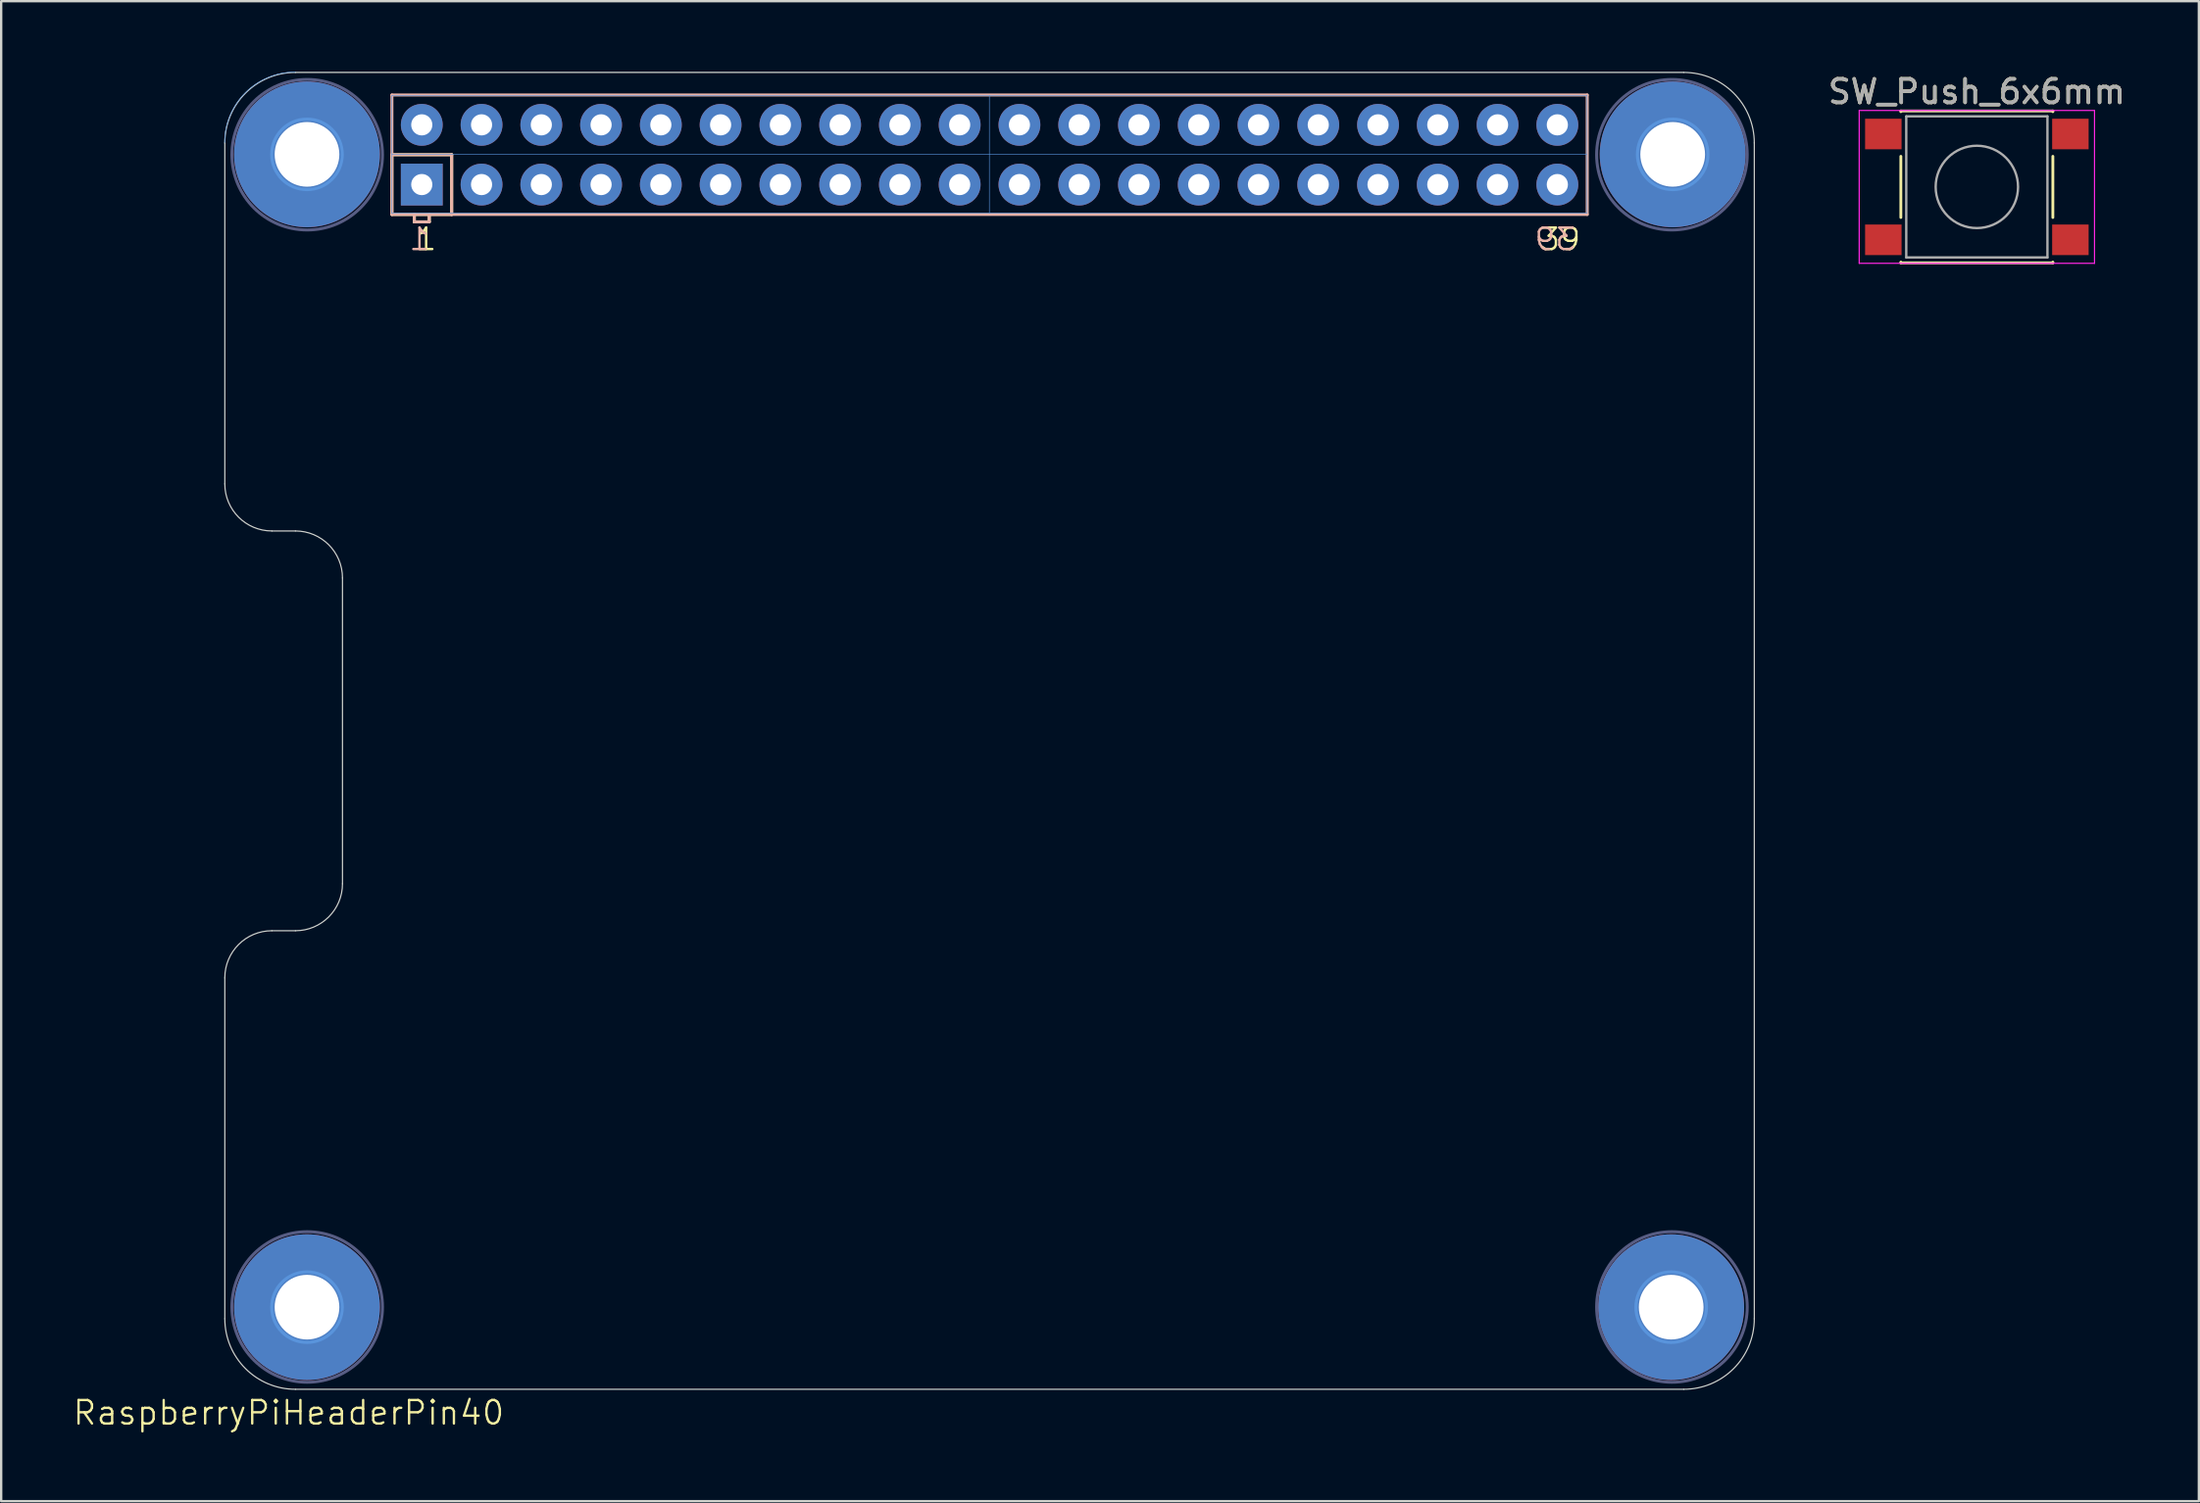
<source format=kicad_pcb>
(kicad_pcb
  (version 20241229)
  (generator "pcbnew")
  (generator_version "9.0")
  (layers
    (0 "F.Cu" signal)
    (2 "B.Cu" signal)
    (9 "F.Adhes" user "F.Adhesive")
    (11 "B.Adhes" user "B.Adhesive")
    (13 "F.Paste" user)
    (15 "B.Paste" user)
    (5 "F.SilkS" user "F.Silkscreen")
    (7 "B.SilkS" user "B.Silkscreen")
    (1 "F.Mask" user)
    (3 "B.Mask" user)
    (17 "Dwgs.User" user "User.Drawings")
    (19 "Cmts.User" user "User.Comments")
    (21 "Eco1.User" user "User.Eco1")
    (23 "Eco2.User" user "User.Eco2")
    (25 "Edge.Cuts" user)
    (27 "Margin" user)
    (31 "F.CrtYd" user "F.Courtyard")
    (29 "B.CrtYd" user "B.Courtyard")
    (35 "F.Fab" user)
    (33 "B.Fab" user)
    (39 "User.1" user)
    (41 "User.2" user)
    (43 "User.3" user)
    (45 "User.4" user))
  (footprint "SW_Push_6x6mm"
    (layer "F.Cu")
    (at 80.964 4.898)
    (property "Reference" "SW_Push_6x6mm" (at 0 -4.05 0) (layer "F.SilkS") (effects (font (size 1 1) (thickness 0.15))))
    (attr smd)
    (fp_line (start -3.23 -3.23) (end 3.23 -3.23) (stroke (width 0.12) (type solid)) (layer "F.SilkS"))
    (fp_line (start -3.23 -3.2) (end -3.23 -3.23) (stroke (width 0.12) (type solid)) (layer "F.SilkS"))
    (fp_line (start -3.23 -1.3) (end -3.23 1.3) (stroke (width 0.12) (type solid)) (layer "F.SilkS"))
    (fp_line (start -3.23 3.23) (end -3.23 3.2) (stroke (width 0.12) (type solid)) (layer "F.SilkS"))
    (fp_line (start -3.23 3.23) (end 3.23 3.23) (stroke (width 0.12) (type solid)) (layer "F.SilkS"))
    (fp_line (start 3.23 -3.23) (end 3.23 -3.2) (stroke (width 0.12) (type solid)) (layer "F.SilkS"))
    (fp_line (start 3.23 -1.3) (end 3.23 1.3) (stroke (width 0.12) (type solid)) (layer "F.SilkS"))
    (fp_line (start 3.23 3.23) (end 3.23 3.2) (stroke (width 0.12) (type solid)) (layer "F.SilkS"))
    (fp_line (start -5 -3.25) (end -5 3.25) (stroke (width 0.05) (type solid)) (layer "F.CrtYd"))
    (fp_line (start -5 -3.25) (end 5 -3.25) (stroke (width 0.05) (type solid)) (layer "F.CrtYd"))
    (fp_line (start -5 3.25) (end 5 3.25) (stroke (width 0.05) (type solid)) (layer "F.CrtYd"))
    (fp_line (start 5 3.25) (end 5 -3.25) (stroke (width 0.05) (type solid)) (layer "F.CrtYd"))
    (fp_line (start -3 -3) (end -3 3) (stroke (width 0.1) (type solid)) (layer "F.Fab"))
    (fp_line (start -3 3) (end 3 3) (stroke (width 0.1) (type solid)) (layer "F.Fab"))
    (fp_line (start 3 -3) (end -3 -3) (stroke (width 0.1) (type solid)) (layer "F.Fab"))
    (fp_line (start 3 3) (end 3 -3) (stroke (width 0.1) (type solid)) (layer "F.Fab"))
    (fp_circle (center 0 0) (end 1.75 -0.05) (stroke (width 0.1) (type solid)) (fill no) (layer "F.Fab"))
    (fp_text user "${REFERENCE}" (at 0 -4.05 0) (layer "F.Fab") (effects (font (size 1 1) (thickness 0.15))))
    (pad "1" smd rect (at -3.975 -2.25) (size 1.55 1.3) (layers "F.Cu" "F.Mask" "F.Paste"))
    (pad "1" smd rect (at 3.975 -2.25) (size 1.55 1.3) (layers "F.Cu" "F.Mask" "F.Paste"))
    (pad "2" smd rect (at -3.975 2.25) (size 1.55 1.3) (layers "F.Cu" "F.Mask" "F.Paste"))
    (pad "2" smd rect (at 3.975 2.25) (size 1.55 1.3) (layers "F.Cu" "F.Mask" "F.Paste")))
  (footprint "RaspberryPiHeaderPin40"
    (layer "F.Cu")
    (at 49.017 31.526)
    (property "Reference" "RaspberryPiHeaderPin40" (at -39.8 25.5 0) (unlocked yes) (layer "F.SilkS") (effects (font (size 1 1) (thickness 0.1))))
    (attr smd)
    (fp_line (start -35.412 -27.997) (end -35.412 -25.457) (stroke (width 0.127) (type solid)) (layer "F.SilkS"))
    (fp_line (start -35.412 -27.997) (end -32.872 -27.997) (stroke (width 0.127) (type solid)) (layer "F.SilkS"))
    (fp_line (start -35.412 -25.457) (end -34.459 -25.457) (stroke (width 0.127) (type solid)) (layer "F.SilkS"))
    (fp_line (start -34.459 -25.457) (end -34.459 -25.14) (stroke (width 0.127) (type solid)) (layer "F.SilkS"))
    (fp_line (start -34.459 -25.457) (end -33.825 -25.457) (stroke (width 0.127) (type solid)) (layer "F.SilkS"))
    (fp_line (start -34.459 -25.14) (end -33.825 -25.14) (stroke (width 0.127) (type solid)) (layer "F.SilkS"))
    (fp_line (start -33.825 -25.457) (end -32.872 -25.457) (stroke (width 0.127) (type solid)) (layer "F.SilkS"))
    (fp_line (start -33.825 -25.14) (end -33.825 -25.457) (stroke (width 0.127) (type solid)) (layer "F.SilkS"))
    (fp_line (start -32.872 -27.997) (end -32.872 -25.457) (stroke (width 0.127) (type solid)) (layer "F.SilkS"))
    (fp_line (start -35.412 -30.537) (end -35.412 -27.997) (stroke (width 0.127) (type solid)) (layer "B.SilkS"))
    (fp_line (start -35.412 -27.997) (end -35.412 -25.457) (stroke (width 0.127) (type solid)) (layer "B.SilkS"))
    (fp_line (start -35.412 -27.997) (end -32.872 -27.997) (stroke (width 0.127) (type solid)) (layer "B.SilkS"))
    (fp_line (start -35.412 -25.457) (end -34.459 -25.457) (stroke (width 0.127) (type solid)) (layer "B.SilkS"))
    (fp_line (start -34.459 -25.457) (end -34.459 -25.14) (stroke (width 0.127) (type solid)) (layer "B.SilkS"))
    (fp_line (start -34.459 -25.457) (end -33.825 -25.457) (stroke (width 0.127) (type solid)) (layer "B.SilkS"))
    (fp_line (start -34.459 -25.14) (end -33.825 -25.14) (stroke (width 0.127) (type solid)) (layer "B.SilkS"))
    (fp_line (start -33.825 -25.457) (end -32.872 -25.457) (stroke (width 0.127) (type solid)) (layer "B.SilkS"))
    (fp_line (start -33.825 -25.14) (end -33.825 -25.457) (stroke (width 0.127) (type solid)) (layer "B.SilkS"))
    (fp_line (start -32.872 -27.997) (end -32.872 -25.457) (stroke (width 0.127) (type solid)) (layer "B.SilkS"))
    (fp_line (start -32.872 -25.457) (end 15.388 -25.457) (stroke (width 0.127) (type solid)) (layer "B.SilkS"))
    (fp_line (start 15.388 -30.537) (end -35.412 -30.537) (stroke (width 0.127) (type solid)) (layer "B.SilkS"))
    (fp_line (start 15.388 -25.457) (end 15.388 -30.537) (stroke (width 0.127) (type solid)) (layer "B.SilkS"))
    (fp_line (start -40.319 -28.013) (end -37.719 -28.013) (stroke (width 0.025) (type solid)) (layer "Cmts.User"))
    (fp_line (start -40.319 20.987) (end -37.719 20.987) (stroke (width 0.025) (type solid)) (layer "Cmts.User"))
    (fp_line (start -39.019 -29.313) (end -39.019 -26.713) (stroke (width 0.025) (type solid)) (layer "Cmts.User"))
    (fp_line (start -39.019 19.687) (end -39.019 22.287) (stroke (width 0.025) (type solid)) (layer "Cmts.User"))
    (fp_line (start -35.419 -30.513) (end -35.419 -25.513) (stroke (width 0.025) (type solid)) (layer "Cmts.User"))
    (fp_line (start -35.419 -28.013) (end 15.381 -28.013) (stroke (width 0.025) (type solid)) (layer "Cmts.User"))
    (fp_line (start -35.419 -25.513) (end 15.381 -25.513) (stroke (width 0.025) (type solid)) (layer "Cmts.User"))
    (fp_line (start -10.019 -30.513) (end -10.019 -25.513) (stroke (width 0.025) (type solid)) (layer "Cmts.User"))
    (fp_line (start 15.381 -30.513) (end -35.419 -30.513) (stroke (width 0.025) (type solid)) (layer "Cmts.User"))
    (fp_line (start 15.381 -25.513) (end 15.381 -30.513) (stroke (width 0.025) (type solid)) (layer "Cmts.User"))
    (fp_line (start 17.681 -28.013) (end 20.281 -28.013) (stroke (width 0.025) (type solid)) (layer "Cmts.User"))
    (fp_line (start 17.681 20.987) (end 20.281 20.987) (stroke (width 0.025) (type solid)) (layer "Cmts.User"))
    (fp_line (start 18.981 -29.313) (end 18.981 -26.713) (stroke (width 0.025) (type solid)) (layer "Cmts.User"))
    (fp_line (start 18.981 19.687) (end 18.981 22.287) (stroke (width 0.025) (type solid)) (layer "Cmts.User"))
    (fp_arc (start -42.518781 -28.513417) (mid -41.640104 -30.63474) (end -39.518782 -31.513418) (stroke (width 0.0254) (type solid)) (layer "Cmts.User"))
    (fp_circle (center -39.02 -28.012) (end -37.52 -28.012) (stroke (width 0.127) (type solid)) (fill no) (layer "Cmts.User"))
    (fp_circle (center -39.02 21.011) (end -37.52 21.011) (stroke (width 0.127) (type solid)) (fill no) (layer "Cmts.User"))
    (fp_circle (center -39.019 -28.013) (end -37.719 -28.013) (stroke (width 0.025) (type solid)) (fill no) (layer "Cmts.User"))
    (fp_circle (center -39.019 20.987) (end -37.719 20.987) (stroke (width 0.025) (type solid)) (fill no) (layer "Cmts.User"))
    (fp_circle (center 18.956 21.011) (end 20.456 21.011) (stroke (width 0.127) (type solid)) (fill no) (layer "Cmts.User"))
    (fp_circle (center 18.981 -28.013) (end 20.281 -28.013) (stroke (width 0.025) (type solid)) (fill no) (layer "Cmts.User"))
    (fp_circle (center 18.981 20.987) (end 20.281 20.987) (stroke (width 0.025) (type solid)) (fill no) (layer "Cmts.User"))
    (fp_circle (center 19.02 -28.012) (end 20.52 -28.012) (stroke (width 0.127) (type solid)) (fill no) (layer "Cmts.User"))
    (fp_line (start -42.512 -13.997) (end -42.512 -28.497) (stroke (width 0.05) (type solid)) (layer "Edge.Cuts"))
    (fp_line (start -42.512 21.503) (end -42.512 7.003) (stroke (width 0.05) (type solid)) (layer "Edge.Cuts"))
    (fp_line (start -40.512 5.003) (end -39.512 5.003) (stroke (width 0.05) (type solid)) (layer "Edge.Cuts"))
    (fp_line (start -39.512 -11.997) (end -40.512 -11.997) (stroke (width 0.05) (type solid)) (layer "Edge.Cuts"))
    (fp_line (start -39.512 24.503) (end 19.488 24.503) (stroke (width 0.05) (type solid)) (layer "Edge.Cuts"))
    (fp_line (start -37.512 3.003) (end -37.512 -9.997) (stroke (width 0.05) (type solid)) (layer "Edge.Cuts"))
    (fp_line (start 19.488 -31.497) (end -39.512 -31.497) (stroke (width 0.05) (type solid)) (layer "Edge.Cuts"))
    (fp_line (start 22.488 21.503) (end 22.488 -28.497) (stroke (width 0.05) (type solid)) (layer "Edge.Cuts"))
    (fp_arc (start -42.512 -28.497) (mid -41.63332 -30.61832) (end -39.512 -31.497) (stroke (width 0.05) (type solid)) (layer "Edge.Cuts"))
    (fp_arc (start -42.512 7.003) (mid -41.926214 5.588786) (end -40.512 5.003) (stroke (width 0.05) (type solid)) (layer "Edge.Cuts"))
    (fp_arc (start -40.512 -11.997) (mid -41.926214 -12.582786) (end -42.512 -13.997) (stroke (width 0.05) (type solid)) (layer "Edge.Cuts"))
    (fp_arc (start -39.512 -11.997) (mid -38.097786 -11.411214) (end -37.512 -9.997) (stroke (width 0.05) (type solid)) (layer "Edge.Cuts"))
    (fp_arc (start -39.512 24.503) (mid -41.63332 23.62432) (end -42.512 21.503) (stroke (width 0.05) (type solid)) (layer "Edge.Cuts"))
    (fp_arc (start -37.512 3.003) (mid -38.097786 4.417214) (end -39.512 5.003) (stroke (width 0.05) (type solid)) (layer "Edge.Cuts"))
    (fp_arc (start 19.488 -31.497) (mid 21.60932 -30.61832) (end 22.488 -28.497) (stroke (width 0.05) (type solid)) (layer "Edge.Cuts"))
    (fp_arc (start 22.488 21.503) (mid 21.60932 23.62432) (end 19.488 24.503) (stroke (width 0.05) (type solid)) (layer "Edge.Cuts"))
    (fp_circle (center -39.012 -27.997) (end -35.812 -27.997) (stroke (width 0.127) (type solid)) (fill no) (layer "B.Fab"))
    (fp_circle (center -39.012 21.003) (end -35.812 21.003) (stroke (width 0.127) (type solid)) (fill no) (layer "B.Fab"))
    (fp_circle (center 18.988 -27.997) (end 22.188 -27.997) (stroke (width 0.127) (type solid)) (fill no) (layer "B.Fab"))
    (fp_circle (center 18.988 21.003) (end 22.188 21.003) (stroke (width 0.127) (type solid)) (fill no) (layer "B.Fab"))
    (fp_text user "39" (at 13.293 -23.869 0) (layer "F.SilkS") (effects (font (size 0.914 0.914) (thickness 0.102)) (justify left bottom)))
    (fp_text user "1" (at -34.459 -23.869 0) (layer "F.SilkS") (effects (font (size 0.914 0.914) (thickness 0.102)) (justify left bottom)))
    (fp_text user "1" (at -33.737 -23.869 0) (layer "B.SilkS") (effects (font (size 0.914 0.914) (thickness 0.102)) (justify left bottom mirror)))
    (fp_text user "39" (at 14.967 -23.869 0) (layer "B.SilkS") (effects (font (size 0.914 0.914) (thickness 0.102)) (justify left bottom mirror)))
    (pad "1" thru_hole rect (at -34.142 -26.727) (size 1.778 1.778) (drill 0.9) (layers "*.Cu" "*.Mask"))
    (pad "2" thru_hole circle (at -34.142 -29.267) (size 1.778 1.778) (drill 0.9) (layers "*.Cu" "*.Mask"))
    (pad "3" thru_hole circle (at -31.602 -26.727) (size 1.778 1.778) (drill 0.9) (layers "*.Cu" "*.Mask"))
    (pad "4" thru_hole circle (at -31.602 -29.267) (size 1.778 1.778) (drill 0.9) (layers "*.Cu" "*.Mask"))
    (pad "5" thru_hole circle (at -29.062 -26.727) (size 1.778 1.778) (drill 0.9) (layers "*.Cu" "*.Mask"))
    (pad "6" thru_hole circle (at -29.062 -29.267) (size 1.778 1.778) (drill 0.9) (layers "*.Cu" "*.Mask"))
    (pad "7" thru_hole circle (at -26.522 -26.727) (size 1.778 1.778) (drill 0.9) (layers "*.Cu" "*.Mask"))
    (pad "8" thru_hole circle (at -26.522 -29.267) (size 1.778 1.778) (drill 0.9) (layers "*.Cu" "*.Mask"))
    (pad "9" thru_hole circle (at -23.982 -26.727) (size 1.778 1.778) (drill 0.9) (layers "*.Cu" "*.Mask"))
    (pad "10" thru_hole circle (at -23.982 -29.267) (size 1.778 1.778) (drill 0.9) (layers "*.Cu" "*.Mask"))
    (pad "11" thru_hole circle (at -21.442 -26.727) (size 1.778 1.778) (drill 0.9) (layers "*.Cu" "*.Mask"))
    (pad "12" thru_hole circle (at -21.442 -29.267) (size 1.778 1.778) (drill 0.9) (layers "*.Cu" "*.Mask"))
    (pad "13" thru_hole circle (at -18.902 -26.727) (size 1.778 1.778) (drill 0.9) (layers "*.Cu" "*.Mask"))
    (pad "14" thru_hole circle (at -18.902 -29.267) (size 1.778 1.778) (drill 0.9) (layers "*.Cu" "*.Mask"))
    (pad "15" thru_hole circle (at -16.362 -26.727) (size 1.778 1.778) (drill 0.9) (layers "*.Cu" "*.Mask"))
    (pad "16" thru_hole circle (at -16.362 -29.267) (size 1.778 1.778) (drill 0.9) (layers "*.Cu" "*.Mask"))
    (pad "17" thru_hole circle (at -13.822 -26.727) (size 1.778 1.778) (drill 0.9) (layers "*.Cu" "*.Mask"))
    (pad "18" thru_hole circle (at -13.822 -29.267) (size 1.778 1.778) (drill 0.9) (layers "*.Cu" "*.Mask"))
    (pad "19" thru_hole circle (at -11.282 -26.727) (size 1.778 1.778) (drill 0.9) (layers "*.Cu" "*.Mask"))
    (pad "20" thru_hole circle (at -11.282 -29.267) (size 1.778 1.778) (drill 0.9) (layers "*.Cu" "*.Mask"))
    (pad "21" thru_hole circle (at -8.742 -26.727) (size 1.778 1.778) (drill 0.9) (layers "*.Cu" "*.Mask"))
    (pad "22" thru_hole circle (at -8.742 -29.267) (size 1.778 1.778) (drill 0.9) (layers "*.Cu" "*.Mask"))
    (pad "23" thru_hole circle (at -6.202 -26.727) (size 1.778 1.778) (drill 0.9) (layers "*.Cu" "*.Mask"))
    (pad "24" thru_hole circle (at -6.202 -29.267) (size 1.778 1.778) (drill 0.9) (layers "*.Cu" "*.Mask"))
    (pad "25" thru_hole circle (at -3.662 -26.727) (size 1.778 1.778) (drill 0.9) (layers "*.Cu" "*.Mask"))
    (pad "26" thru_hole circle (at -3.662 -29.267) (size 1.778 1.778) (drill 0.9) (layers "*.Cu" "*.Mask"))
    (pad "27" thru_hole circle (at -1.122 -26.727) (size 1.778 1.778) (drill 0.9) (layers "*.Cu" "*.Mask"))
    (pad "28" thru_hole circle (at -1.122 -29.267) (size 1.778 1.778) (drill 0.9) (layers "*.Cu" "*.Mask"))
    (pad "29" thru_hole circle (at 1.418 -26.727) (size 1.778 1.778) (drill 0.9) (layers "*.Cu" "*.Mask"))
    (pad "30" thru_hole circle (at 1.418 -29.267) (size 1.778 1.778) (drill 0.9) (layers "*.Cu" "*.Mask"))
    (pad "31" thru_hole circle (at 3.958 -26.727) (size 1.778 1.778) (drill 0.9) (layers "*.Cu" "*.Mask"))
    (pad "32" thru_hole circle (at 3.958 -29.267) (size 1.778 1.778) (drill 0.9) (layers "*.Cu" "*.Mask"))
    (pad "33" thru_hole circle (at 6.498 -26.727) (size 1.778 1.778) (drill 0.9) (layers "*.Cu" "*.Mask"))
    (pad "34" thru_hole circle (at 6.498 -29.267) (size 1.778 1.778) (drill 0.9) (layers "*.Cu" "*.Mask"))
    (pad "35" thru_hole circle (at 9.038 -26.727) (size 1.778 1.778) (drill 0.9) (layers "*.Cu" "*.Mask"))
    (pad "36" thru_hole circle (at 9.038 -29.267) (size 1.778 1.778) (drill 0.9) (layers "*.Cu" "*.Mask"))
    (pad "37" thru_hole circle (at 11.578 -26.727) (size 1.778 1.778) (drill 0.9) (layers "*.Cu" "*.Mask"))
    (pad "38" thru_hole circle (at 11.578 -29.267) (size 1.778 1.778) (drill 0.9) (layers "*.Cu" "*.Mask"))
    (pad "39" thru_hole circle (at 14.118 -26.727) (size 1.778 1.778) (drill 0.9) (layers "*.Cu" "*.Mask"))
    (pad "40" thru_hole circle (at 14.118 -29.267) (size 1.778 1.778) (drill 0.9) (layers "*.Cu" "*.Mask"))
    (pad "P$1" thru_hole circle (at -39.02 -28.012) (size 6.2 6.2) (drill 2.75) (layers "*.Cu" "*.Mask"))
    (pad "P$2" thru_hole circle (at 19.02 -28.012) (size 6.2 6.2) (drill 2.75) (layers "*.Cu" "*.Mask"))
    (pad "P$3" thru_hole circle (at -39.02 21.011) (size 6.2 6.2) (drill 2.75) (layers "*.Cu" "*.Mask"))
    (pad "P$4" thru_hole circle (at 18.956 21.011) (size 6.2 6.2) (drill 2.75) (layers "*.Cu" "*.Mask")))
  (gr_rect
    (start -3 -3)
    (end 90.399 60.787)
    (stroke (width 0.1) (type default))
    (fill no)
    (layer "Edge.Cuts")))
</source>
